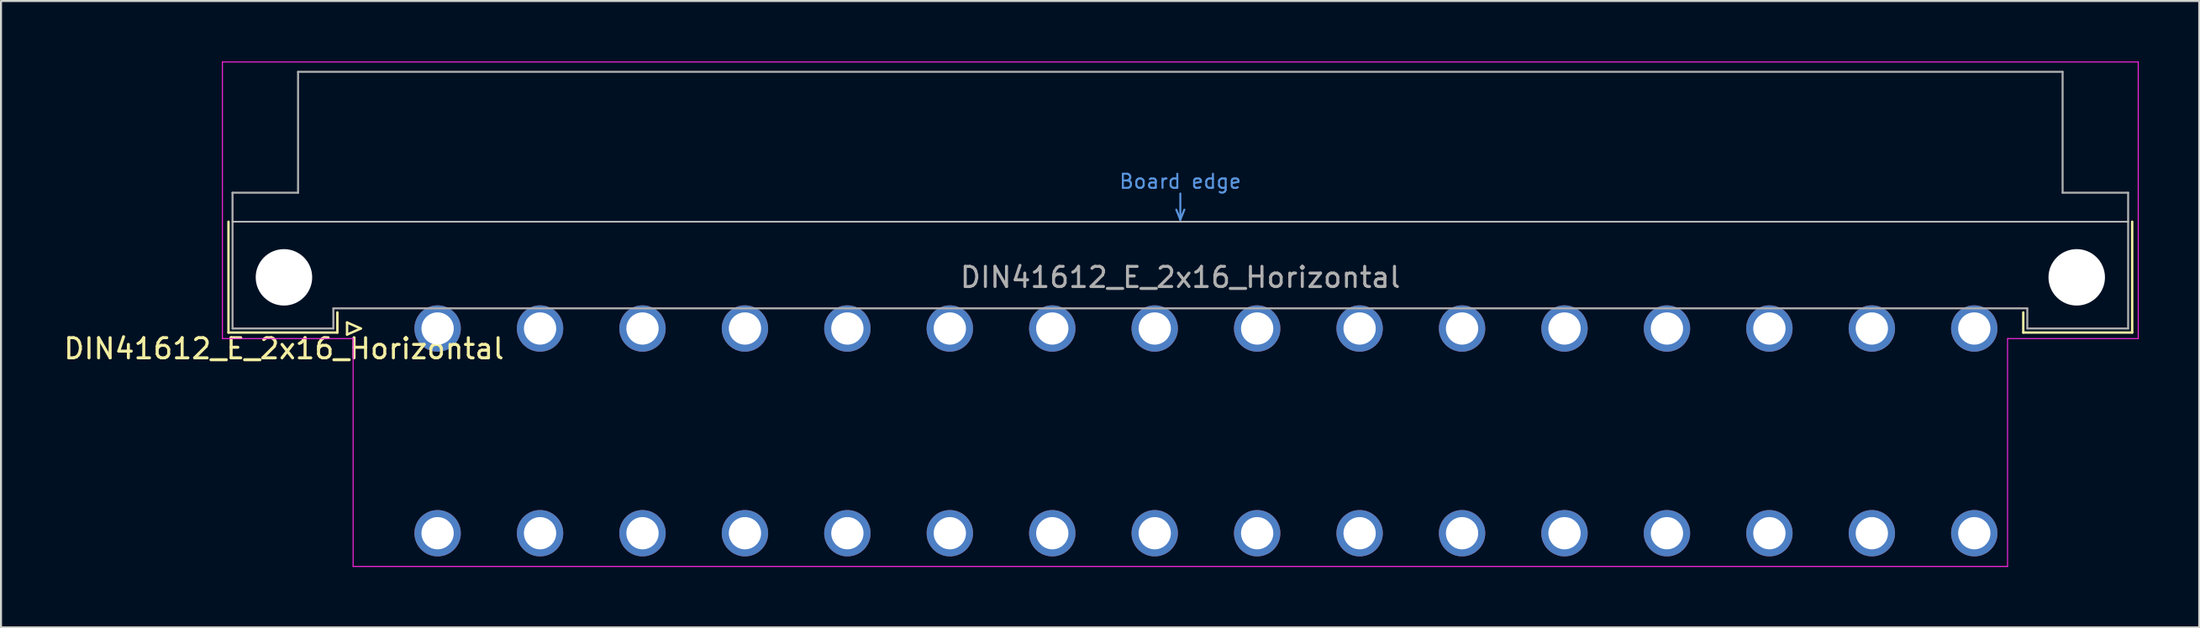
<source format=kicad_pcb>
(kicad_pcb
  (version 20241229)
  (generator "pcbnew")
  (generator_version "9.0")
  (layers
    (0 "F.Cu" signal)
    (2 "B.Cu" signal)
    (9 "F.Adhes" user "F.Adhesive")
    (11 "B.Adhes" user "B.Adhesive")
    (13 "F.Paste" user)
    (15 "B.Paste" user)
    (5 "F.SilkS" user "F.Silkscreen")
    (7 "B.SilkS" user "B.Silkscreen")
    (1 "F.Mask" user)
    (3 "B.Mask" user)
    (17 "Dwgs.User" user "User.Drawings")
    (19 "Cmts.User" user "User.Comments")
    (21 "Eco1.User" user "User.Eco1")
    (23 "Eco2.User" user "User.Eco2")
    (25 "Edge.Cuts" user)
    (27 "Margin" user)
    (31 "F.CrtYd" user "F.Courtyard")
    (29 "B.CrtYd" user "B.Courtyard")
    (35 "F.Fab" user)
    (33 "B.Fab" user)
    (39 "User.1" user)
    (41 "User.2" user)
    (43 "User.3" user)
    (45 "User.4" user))
  (footprint "DIN41612_E_2x16_Horizontal"
    (layer "F.Cu")
    (at 16.11 13.255)
    (property "Reference" "DIN41612_E_2x16_Horizontal" (at -5.08 1 0) (layer "F.SilkS") (effects (font (size 1 1) (thickness 0.15))))
    (attr through_hole)
    (fp_line (start -7.83 -5.3) (end -7.83 0.2) (stroke (width 0.12) (type solid)) (layer "F.SilkS"))
    (fp_line (start -7.83 0.2) (end -2.43 0.2) (stroke (width 0.12) (type solid)) (layer "F.SilkS"))
    (fp_line (start -2.43 0.2) (end -2.43 -0.8) (stroke (width 0.12) (type solid)) (layer "F.SilkS"))
    (fp_line (start -1.95 -0.3) (end -1.95 0.3) (stroke (width 0.12) (type solid)) (layer "F.SilkS"))
    (fp_line (start -1.95 0.3) (end -1.27 0) (stroke (width 0.12) (type solid)) (layer "F.SilkS"))
    (fp_line (start -1.27 0) (end -1.95 -0.3) (stroke (width 0.12) (type solid)) (layer "F.SilkS"))
    (fp_line (start 81.17 0.2) (end 81.17 -0.8) (stroke (width 0.12) (type solid)) (layer "F.SilkS"))
    (fp_line (start 86.57 -5.3) (end 86.57 0.2) (stroke (width 0.12) (type solid)) (layer "F.SilkS"))
    (fp_line (start 86.57 0.2) (end 81.17 0.2) (stroke (width 0.12) (type solid)) (layer "F.SilkS"))
    (fp_line (start -7.63 -5.3) (end 86.37 -5.3) (stroke (width 0.08) (type solid)) (layer "Dwgs.User"))
    (fp_line (start 39.17 -5.9) (end 39.37 -5.4) (stroke (width 0.1) (type solid)) (layer "Cmts.User"))
    (fp_line (start 39.37 -5.4) (end 39.37 -6.7) (stroke (width 0.1) (type solid)) (layer "Cmts.User"))
    (fp_line (start 39.37 -5.4) (end 39.57 -5.9) (stroke (width 0.1) (type solid)) (layer "Cmts.User"))
    (fp_line (start -8.13 -13.23) (end -8.13 0.5) (stroke (width 0.05) (type solid)) (layer "F.CrtYd"))
    (fp_line (start -8.13 0.5) (end -1.65 0.5) (stroke (width 0.05) (type solid)) (layer "F.CrtYd"))
    (fp_line (start -1.65 0.5) (end -1.65 11.81) (stroke (width 0.05) (type solid)) (layer "F.CrtYd"))
    (fp_line (start -1.65 11.81) (end 80.39 11.81) (stroke (width 0.05) (type solid)) (layer "F.CrtYd"))
    (fp_line (start 80.39 0.5) (end 86.87 0.5) (stroke (width 0.05) (type solid)) (layer "F.CrtYd"))
    (fp_line (start 80.39 11.81) (end 80.39 0.5) (stroke (width 0.05) (type solid)) (layer "F.CrtYd"))
    (fp_line (start 86.87 -13.23) (end -8.13 -13.23) (stroke (width 0.05) (type solid)) (layer "F.CrtYd"))
    (fp_line (start 86.87 0.5) (end 86.87 -13.23) (stroke (width 0.05) (type solid)) (layer "F.CrtYd"))
    (fp_line (start -7.63 -6.74) (end -7.63 0) (stroke (width 0.1) (type solid)) (layer "F.Fab"))
    (fp_line (start -7.63 0) (end -2.63 0) (stroke (width 0.1) (type solid)) (layer "F.Fab"))
    (fp_line (start -4.38 -12.74) (end -4.38 -6.74) (stroke (width 0.1) (type solid)) (layer "F.Fab"))
    (fp_line (start -4.38 -6.74) (end -7.63 -6.74) (stroke (width 0.1) (type solid)) (layer "F.Fab"))
    (fp_line (start -2.63 -1) (end 81.37 -1) (stroke (width 0.1) (type solid)) (layer "F.Fab"))
    (fp_line (start -2.63 0) (end -2.63 -1) (stroke (width 0.1) (type solid)) (layer "F.Fab"))
    (fp_line (start 81.37 -1) (end 81.37 0) (stroke (width 0.1) (type solid)) (layer "F.Fab"))
    (fp_line (start 81.37 0) (end 86.37 0) (stroke (width 0.1) (type solid)) (layer "F.Fab"))
    (fp_line (start 83.12 -12.74) (end -4.38 -12.74) (stroke (width 0.1) (type solid)) (layer "F.Fab"))
    (fp_line (start 83.12 -6.74) (end 83.12 -12.74) (stroke (width 0.1) (type solid)) (layer "F.Fab"))
    (fp_line (start 86.37 -6.74) (end 83.12 -6.74) (stroke (width 0.1) (type solid)) (layer "F.Fab"))
    (fp_line (start 86.37 0) (end 86.37 -6.74) (stroke (width 0.1) (type solid)) (layer "F.Fab"))
    (fp_text user "Board edge" (at 39.37 -7.3 0) (layer "Cmts.User") (effects (font (size 0.7 0.7) (thickness 0.1))))
    (fp_text user "${REFERENCE}" (at 39.37 -2.54 0) (layer "F.Fab") (effects (font (size 1 1) (thickness 0.15))))
    (pad "" np_thru_hole circle (at -5.08 -2.54) (size 2.8 2.8) (drill 2.8) (layers "*.Cu" "*.Mask"))
    (pad "" np_thru_hole circle (at 83.82 -2.54) (size 2.8 2.8) (drill 2.8) (layers "*.Cu" "*.Mask"))
    (pad "a2" thru_hole circle (at 2.54 0) (size 2.3 2.3) (drill 1.6) (layers "*.Cu" "*.Mask"))
    (pad "a4" thru_hole circle (at 7.62 0) (size 2.3 2.3) (drill 1.6) (layers "*.Cu" "*.Mask"))
    (pad "a6" thru_hole circle (at 12.7 0) (size 2.3 2.3) (drill 1.6) (layers "*.Cu" "*.Mask"))
    (pad "a8" thru_hole circle (at 17.78 0) (size 2.3 2.3) (drill 1.6) (layers "*.Cu" "*.Mask"))
    (pad "a10" thru_hole circle (at 22.86 0) (size 2.3 2.3) (drill 1.6) (layers "*.Cu" "*.Mask"))
    (pad "a12" thru_hole circle (at 27.94 0) (size 2.3 2.3) (drill 1.6) (layers "*.Cu" "*.Mask"))
    (pad "a14" thru_hole circle (at 33.02 0) (size 2.3 2.3) (drill 1.6) (layers "*.Cu" "*.Mask"))
    (pad "a16" thru_hole circle (at 38.1 0) (size 2.3 2.3) (drill 1.6) (layers "*.Cu" "*.Mask"))
    (pad "a18" thru_hole circle (at 43.18 0) (size 2.3 2.3) (drill 1.6) (layers "*.Cu" "*.Mask"))
    (pad "a20" thru_hole circle (at 48.26 0) (size 2.3 2.3) (drill 1.6) (layers "*.Cu" "*.Mask"))
    (pad "a22" thru_hole circle (at 53.34 0) (size 2.3 2.3) (drill 1.6) (layers "*.Cu" "*.Mask"))
    (pad "a24" thru_hole circle (at 58.42 0) (size 2.3 2.3) (drill 1.6) (layers "*.Cu" "*.Mask"))
    (pad "a26" thru_hole circle (at 63.5 0) (size 2.3 2.3) (drill 1.6) (layers "*.Cu" "*.Mask"))
    (pad "a28" thru_hole circle (at 68.58 0) (size 2.3 2.3) (drill 1.6) (layers "*.Cu" "*.Mask"))
    (pad "a30" thru_hole circle (at 73.66 0) (size 2.3 2.3) (drill 1.6) (layers "*.Cu" "*.Mask"))
    (pad "a32" thru_hole circle (at 78.74 0) (size 2.3 2.3) (drill 1.6) (layers "*.Cu" "*.Mask"))
    (pad "e2" thru_hole circle (at 2.54 10.16) (size 2.3 2.3) (drill 1.6) (layers "*.Cu" "*.Mask"))
    (pad "e4" thru_hole circle (at 7.62 10.16) (size 2.3 2.3) (drill 1.6) (layers "*.Cu" "*.Mask"))
    (pad "e6" thru_hole circle (at 12.7 10.16) (size 2.3 2.3) (drill 1.6) (layers "*.Cu" "*.Mask"))
    (pad "e8" thru_hole circle (at 17.78 10.16) (size 2.3 2.3) (drill 1.6) (layers "*.Cu" "*.Mask"))
    (pad "e10" thru_hole circle (at 22.86 10.16) (size 2.3 2.3) (drill 1.6) (layers "*.Cu" "*.Mask"))
    (pad "e12" thru_hole circle (at 27.94 10.16) (size 2.3 2.3) (drill 1.6) (layers "*.Cu" "*.Mask"))
    (pad "e14" thru_hole circle (at 33.02 10.16) (size 2.3 2.3) (drill 1.6) (layers "*.Cu" "*.Mask"))
    (pad "e16" thru_hole circle (at 38.1 10.16) (size 2.3 2.3) (drill 1.6) (layers "*.Cu" "*.Mask"))
    (pad "e18" thru_hole circle (at 43.18 10.16) (size 2.3 2.3) (drill 1.6) (layers "*.Cu" "*.Mask"))
    (pad "e20" thru_hole circle (at 48.26 10.16) (size 2.3 2.3) (drill 1.6) (layers "*.Cu" "*.Mask"))
    (pad "e22" thru_hole circle (at 53.34 10.16) (size 2.3 2.3) (drill 1.6) (layers "*.Cu" "*.Mask"))
    (pad "e24" thru_hole circle (at 58.42 10.16) (size 2.3 2.3) (drill 1.6) (layers "*.Cu" "*.Mask"))
    (pad "e26" thru_hole circle (at 63.5 10.16) (size 2.3 2.3) (drill 1.6) (layers "*.Cu" "*.Mask"))
    (pad "e28" thru_hole circle (at 68.58 10.16) (size 2.3 2.3) (drill 1.6) (layers "*.Cu" "*.Mask"))
    (pad "e30" thru_hole circle (at 73.66 10.16) (size 2.3 2.3) (drill 1.6) (layers "*.Cu" "*.Mask"))
    (pad "e32" thru_hole circle (at 78.74 10.16) (size 2.3 2.3) (drill 1.6) (layers "*.Cu" "*.Mask")))
  (gr_rect
    (start -3 -3)
    (end 106.005 28.09)
    (stroke (width 0.1) (type default))
    (fill no)
    (layer "Edge.Cuts")))
</source>
